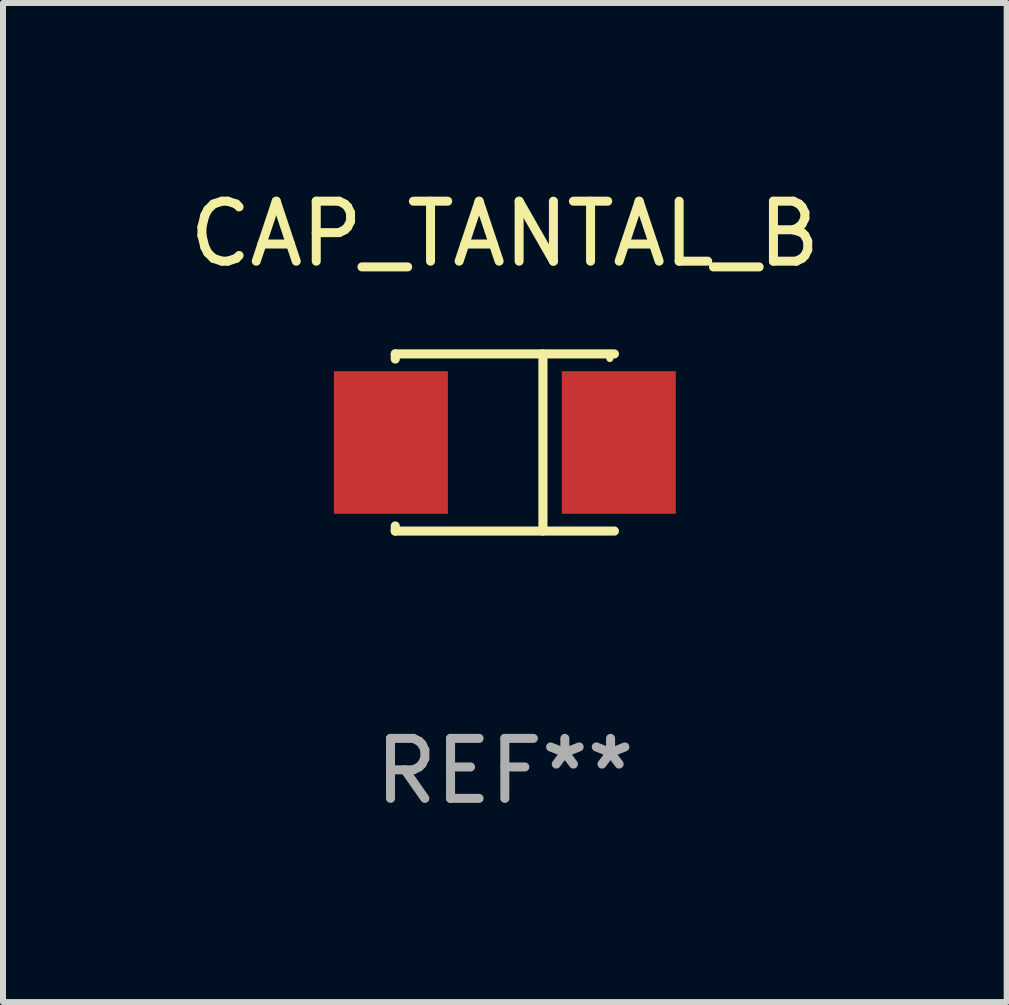
<source format=kicad_pcb>
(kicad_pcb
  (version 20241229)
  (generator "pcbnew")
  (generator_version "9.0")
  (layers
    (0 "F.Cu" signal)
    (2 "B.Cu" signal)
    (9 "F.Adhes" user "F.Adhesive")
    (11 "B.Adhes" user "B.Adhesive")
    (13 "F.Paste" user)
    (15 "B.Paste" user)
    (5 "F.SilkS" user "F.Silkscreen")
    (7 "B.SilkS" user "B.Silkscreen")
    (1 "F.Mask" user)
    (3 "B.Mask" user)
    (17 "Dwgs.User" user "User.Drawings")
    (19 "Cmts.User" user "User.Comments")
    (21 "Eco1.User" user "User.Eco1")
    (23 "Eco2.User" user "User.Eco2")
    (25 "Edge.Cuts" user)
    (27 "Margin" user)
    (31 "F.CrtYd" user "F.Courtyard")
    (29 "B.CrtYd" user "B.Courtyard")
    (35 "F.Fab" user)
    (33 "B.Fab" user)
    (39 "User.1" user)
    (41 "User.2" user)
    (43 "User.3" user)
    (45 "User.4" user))
  (footprint "CAP_TANTAL_B"
    (layer "F.Cu")
    (at 5.363 4.324)
    (property "Reference" "CAP_TANTAL_B" (at 0 -3.476 0) (layer "F.SilkS") (effects (font (size 1 1) (thickness 0.15))))
    (attr through_hole)
    (fp_line (start -1.826 -1.476) (end -1.826 -1.391) (stroke (width 0.152) (type solid)) (layer "F.SilkS"))
    (fp_line (start -1.826 -1.476) (end 1.826 -1.476) (stroke (width 0.152) (type solid)) (layer "F.SilkS"))
    (fp_line (start -1.826 1.476) (end -1.826 1.391) (stroke (width 0.152) (type solid)) (layer "F.SilkS"))
    (fp_line (start -1.826 1.476) (end 1.826 1.476) (stroke (width 0.152) (type solid)) (layer "F.SilkS"))
    (fp_line (start 0.635 -1.476) (end 0.635 1.476) (stroke (width 0.152) (type solid)) (layer "F.SilkS"))
    (fp_circle (center 1.75 -1.4) (end 1.78 -1.4) (stroke (width 0.06) (type solid)) (fill no) (layer "F.SilkS"))
    (fp_text user "REF**" (at 0 5.476 0) (layer "F.Fab") (effects (font (size 1 1) (thickness 0.15))))
    (pad "1" smd rect (at 1.899 0) (size 1.9 2.376) (layers "F.Cu" "F.Mask" "F.Paste"))
    (pad "2" smd rect (at -1.899 0) (size 1.9 2.376) (layers "F.Cu" "F.Mask" "F.Paste")))
  (gr_rect
    (start -3 -3)
    (end 13.726 13.649)
    (stroke (width 0.1) (type default))
    (fill no)
    (layer "Edge.Cuts")))
</source>
